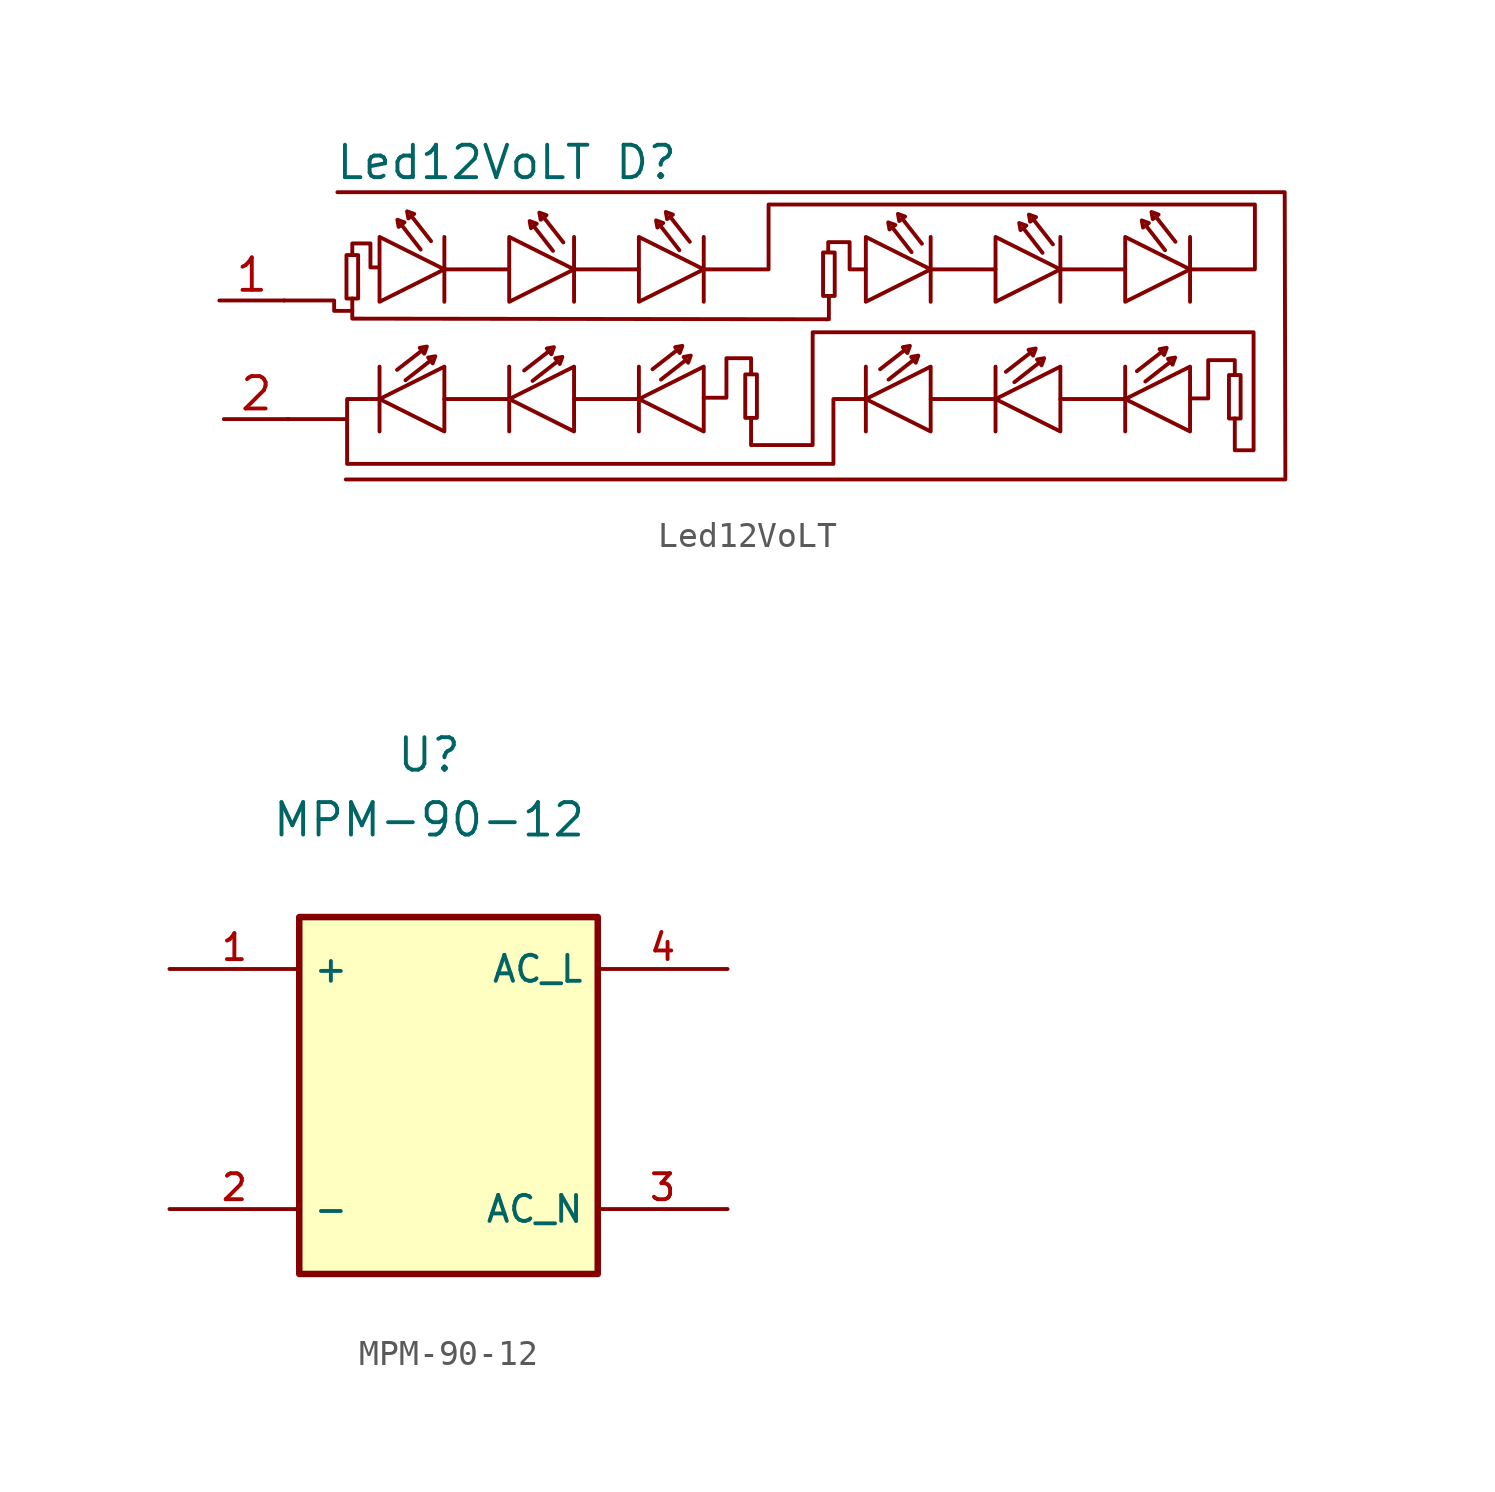
<source format=kicad_sym>
(kicad_symbol_lib
  (version 20211014)
  (generator kicad_symbol_editor)
  (symbol "Led12VoLT"
    (property "Reference" "D"
      (at 1.549 19.431 0)
      (effects (font (size 1.27 1.27))))
    (property "Value" "Led12VoLT"
      (at -5.588 19.431 0)
      (effects (font (size 1.27 1.27))))
    (symbol "Led12VoLT_0_1"
      (polyline (pts (xy -12.497 9.373) (xy -10.16 9.373)) (stroke (width 0) (type default) (color 0 0 0 0)) (fill (type none)))
      (polyline (pts (xy -8.89 8.89) (xy -8.89 11.43)) (stroke (width 0) (type default) (color 0 0 0 0)) (fill (type none)))
      (polyline (pts (xy -7.988 16.929) (xy -7.277 16.015)) (stroke (width 0) (type default) (color 0 0 0 0)) (fill (type none)))
      (polyline (pts (xy -7.607 17.285) (xy -6.871 16.345)) (stroke (width 0) (type default) (color 0 0 0 0)) (fill (type none)))
      (polyline (pts (xy -7.29 12.014) (xy -8.204 11.303)) (stroke (width 0) (type default) (color 0 0 0 0)) (fill (type none)))
      (polyline (pts (xy -6.934 11.633) (xy -7.874 10.897)) (stroke (width 0) (type default) (color 0 0 0 0)) (fill (type none)))
      (polyline (pts (xy -6.35 10.16) (xy -3.81 10.16)) (stroke (width 0) (type default) (color 0 0 0 0)) (fill (type none)))
      (polyline (pts (xy -6.35 15.24) (xy -3.81 15.24)) (stroke (width 0) (type default) (color 0 0 0 0)) (fill (type none)))
      (polyline (pts (xy -6.35 16.51) (xy -6.35 13.97)) (stroke (width 0) (type default) (color 0 0 0 0)) (fill (type none)))
      (polyline (pts (xy -3.81 8.89) (xy -3.81 11.43)) (stroke (width 0) (type default) (color 0 0 0 0)) (fill (type none)))
      (polyline (pts (xy -2.807 16.878) (xy -2.095 15.964)) (stroke (width 0) (type default) (color 0 0 0 0)) (fill (type none)))
      (polyline (pts (xy -2.426 17.234) (xy -1.689 16.294)) (stroke (width 0) (type default) (color 0 0 0 0)) (fill (type none)))
      (polyline (pts (xy -2.311 11.989) (xy -3.226 11.278)) (stroke (width 0) (type default) (color 0 0 0 0)) (fill (type none)))
      (polyline (pts (xy -1.956 11.608) (xy -2.896 10.871)) (stroke (width 0) (type default) (color 0 0 0 0)) (fill (type none)))
      (polyline (pts (xy -1.27 10.16) (xy 1.27 10.16)) (stroke (width 0) (type default) (color 0 0 0 0)) (fill (type none)))
      (polyline (pts (xy -1.27 15.24) (xy 1.27 15.24)) (stroke (width 0) (type default) (color 0 0 0 0)) (fill (type none)))
      (polyline (pts (xy -1.27 16.51) (xy -1.27 13.97)) (stroke (width 0) (type default) (color 0 0 0 0)) (fill (type none)))
      (polyline (pts (xy 1.27 8.89) (xy 1.27 11.43)) (stroke (width 0) (type default) (color 0 0 0 0)) (fill (type none)))
      (polyline (pts (xy 2.146 16.904) (xy 2.857 15.989)) (stroke (width 0) (type default) (color 0 0 0 0)) (fill (type none)))
      (polyline (pts (xy 2.527 17.259) (xy 3.264 16.32)) (stroke (width 0) (type default) (color 0 0 0 0)) (fill (type none)))
      (polyline (pts (xy 2.718 12.04) (xy 1.803 11.328)) (stroke (width 0) (type default) (color 0 0 0 0)) (fill (type none)))
      (polyline (pts (xy 3.073 11.659) (xy 2.134 10.922)) (stroke (width 0) (type default) (color 0 0 0 0)) (fill (type none)))
      (polyline (pts (xy 3.81 16.51) (xy 3.81 13.97)) (stroke (width 0) (type default) (color 0 0 0 0)) (fill (type none)))
      (polyline (pts (xy 10.16 8.89) (xy 10.16 11.43)) (stroke (width 0) (type default) (color 0 0 0 0)) (fill (type none)))
      (polyline (pts (xy 11.239 16.828) (xy 11.951 15.913)) (stroke (width 0) (type default) (color 0 0 0 0)) (fill (type none)))
      (polyline (pts (xy 11.62 17.183) (xy 12.357 16.243)) (stroke (width 0) (type default) (color 0 0 0 0)) (fill (type none)))
      (polyline (pts (xy 11.633 12.04) (xy 10.719 11.328)) (stroke (width 0) (type default) (color 0 0 0 0)) (fill (type none)))
      (polyline (pts (xy 11.989 11.659) (xy 11.049 10.922)) (stroke (width 0) (type default) (color 0 0 0 0)) (fill (type none)))
      (polyline (pts (xy 12.7 10.16) (xy 15.24 10.16)) (stroke (width 0) (type default) (color 0 0 0 0)) (fill (type none)))
      (polyline (pts (xy 12.7 16.51) (xy 12.7 13.97)) (stroke (width 0) (type default) (color 0 0 0 0)) (fill (type none)))
      (polyline (pts (xy 15.24 8.89) (xy 15.24 11.43)) (stroke (width 0) (type default) (color 0 0 0 0)) (fill (type none)))
      (polyline (pts (xy 15.24 15.24) (xy 12.7 15.24)) (stroke (width 0) (type default) (color 0 0 0 0)) (fill (type none)))
      (polyline (pts (xy 16.37 16.802) (xy 17.081 15.888)) (stroke (width 0) (type default) (color 0 0 0 0)) (fill (type none)))
      (polyline (pts (xy 16.561 11.938) (xy 15.646 11.227)) (stroke (width 0) (type default) (color 0 0 0 0)) (fill (type none)))
      (polyline (pts (xy 16.751 17.158) (xy 17.488 16.218)) (stroke (width 0) (type default) (color 0 0 0 0)) (fill (type none)))
      (polyline (pts (xy 16.916 11.557) (xy 15.977 10.82)) (stroke (width 0) (type default) (color 0 0 0 0)) (fill (type none)))
      (polyline (pts (xy 17.78 10.16) (xy 20.32 10.16)) (stroke (width 0) (type default) (color 0 0 0 0)) (fill (type none)))
      (polyline (pts (xy 17.78 15.24) (xy 20.32 15.24)) (stroke (width 0) (type default) (color 0 0 0 0)) (fill (type none)))
      (polyline (pts (xy 17.78 16.51) (xy 17.78 13.97)) (stroke (width 0) (type default) (color 0 0 0 0)) (fill (type none)))
      (polyline (pts (xy 20.32 8.89) (xy 20.32 11.43)) (stroke (width 0) (type default) (color 0 0 0 0)) (fill (type none)))
      (polyline (pts (xy 21.171 16.904) (xy 21.882 15.989)) (stroke (width 0) (type default) (color 0 0 0 0)) (fill (type none)))
      (polyline (pts (xy 21.552 17.259) (xy 22.288 16.32)) (stroke (width 0) (type default) (color 0 0 0 0)) (fill (type none)))
      (polyline (pts (xy 21.692 11.963) (xy 20.777 11.252)) (stroke (width 0) (type default) (color 0 0 0 0)) (fill (type none)))
      (polyline (pts (xy 22.047 11.582) (xy 21.107 10.846)) (stroke (width 0) (type default) (color 0 0 0 0)) (fill (type none)))
      (polyline (pts (xy 22.86 16.51) (xy 22.86 13.97)) (stroke (width 0) (type default) (color 0 0 0 0)) (fill (type none)))
      (polyline (pts (xy -12.624 14.021) (xy -10.668 14.021) (xy -10.668 13.614) (xy -9.957 13.614)) (stroke (width 0) (type default) (color 0 0 0 0)) (fill (type none)))
      (polyline (pts (xy -10.541 18.263) (xy 26.568 18.263) (xy 26.594 7.01) (xy -10.211 7.01)) (stroke (width 0) (type default) (color 0 0 0 0)) (fill (type none)))
      (polyline (pts (xy -9.957 14.097) (xy -9.957 13.31) (xy 8.712 13.284) (xy 8.712 14.148)) (stroke (width 0) (type default) (color 0 0 0 0)) (fill (type none)))
      (polyline (pts (xy -8.89 16.51) (xy -8.89 13.97) (xy -6.35 15.24) (xy -8.89 16.51)) (stroke (width 0) (type default) (color 0 0 0 0)) (fill (type none)))
      (polyline (pts (xy -8.141 16.904) (xy -7.912 17.081) (xy -8.191 17.183) (xy -8.141 16.904)) (stroke (width 0) (type default) (color 0 0 0 0)) (fill (type none)))
      (polyline (pts (xy -7.76 17.234) (xy -7.531 17.412) (xy -7.811 17.513) (xy -7.76 17.234)) (stroke (width 0) (type default) (color 0 0 0 0)) (fill (type none)))
      (polyline (pts (xy -7.315 12.167) (xy -7.137 11.938) (xy -7.036 12.217) (xy -7.315 12.167)) (stroke (width 0) (type default) (color 0 0 0 0)) (fill (type none)))
      (polyline (pts (xy -6.985 11.786) (xy -6.807 11.557) (xy -6.706 11.836) (xy -6.985 11.786)) (stroke (width 0) (type default) (color 0 0 0 0)) (fill (type none)))
      (polyline (pts (xy -6.35 8.89) (xy -6.35 11.43) (xy -8.89 10.16) (xy -6.35 8.89)) (stroke (width 0) (type default) (color 0 0 0 0)) (fill (type none)))
      (polyline (pts (xy -3.81 16.51) (xy -3.81 13.97) (xy -1.27 15.24) (xy -3.81 16.51)) (stroke (width 0) (type default) (color 0 0 0 0)) (fill (type none)))
      (polyline (pts (xy -2.959 16.853) (xy -2.731 17.031) (xy -3.01 17.132) (xy -2.959 16.853)) (stroke (width 0) (type default) (color 0 0 0 0)) (fill (type none)))
      (polyline (pts (xy -2.578 17.183) (xy -2.349 17.361) (xy -2.629 17.462) (xy -2.578 17.183)) (stroke (width 0) (type default) (color 0 0 0 0)) (fill (type none)))
      (polyline (pts (xy -2.337 12.141) (xy -2.159 11.913) (xy -2.057 12.192) (xy -2.337 12.141)) (stroke (width 0) (type default) (color 0 0 0 0)) (fill (type none)))
      (polyline (pts (xy -2.007 11.76) (xy -1.829 11.532) (xy -1.727 11.811) (xy -2.007 11.76)) (stroke (width 0) (type default) (color 0 0 0 0)) (fill (type none)))
      (polyline (pts (xy -1.27 8.89) (xy -1.27 11.43) (xy -3.81 10.16) (xy -1.27 8.89)) (stroke (width 0) (type default) (color 0 0 0 0)) (fill (type none)))
      (polyline (pts (xy 1.27 16.51) (xy 1.27 13.97) (xy 3.81 15.24) (xy 1.27 16.51)) (stroke (width 0) (type default) (color 0 0 0 0)) (fill (type none)))
      (polyline (pts (xy 1.994 16.878) (xy 2.223 17.056) (xy 1.943 17.158) (xy 1.994 16.878)) (stroke (width 0) (type default) (color 0 0 0 0)) (fill (type none)))
      (polyline (pts (xy 2.375 17.209) (xy 2.603 17.386) (xy 2.324 17.488) (xy 2.375 17.209)) (stroke (width 0) (type default) (color 0 0 0 0)) (fill (type none)))
      (polyline (pts (xy 2.692 12.192) (xy 2.87 11.963) (xy 2.972 12.243) (xy 2.692 12.192)) (stroke (width 0) (type default) (color 0 0 0 0)) (fill (type none)))
      (polyline (pts (xy 3.023 11.811) (xy 3.2 11.582) (xy 3.302 11.862) (xy 3.023 11.811)) (stroke (width 0) (type default) (color 0 0 0 0)) (fill (type none)))
      (polyline (pts (xy 3.81 8.89) (xy 3.81 11.43) (xy 1.27 10.16) (xy 3.81 8.89)) (stroke (width 0) (type default) (color 0 0 0 0)) (fill (type none)))
      (polyline (pts (xy 10.16 16.51) (xy 10.16 13.97) (xy 12.7 15.24) (xy 10.16 16.51)) (stroke (width 0) (type default) (color 0 0 0 0)) (fill (type none)))
      (polyline (pts (xy 11.087 16.802) (xy 11.316 16.98) (xy 11.036 17.081) (xy 11.087 16.802)) (stroke (width 0) (type default) (color 0 0 0 0)) (fill (type none)))
      (polyline (pts (xy 11.468 17.132) (xy 11.697 17.31) (xy 11.417 17.412) (xy 11.468 17.132)) (stroke (width 0) (type default) (color 0 0 0 0)) (fill (type none)))
      (polyline (pts (xy 11.608 12.192) (xy 11.786 11.963) (xy 11.887 12.243) (xy 11.608 12.192)) (stroke (width 0) (type default) (color 0 0 0 0)) (fill (type none)))
      (polyline (pts (xy 11.938 11.811) (xy 12.116 11.582) (xy 12.217 11.862) (xy 11.938 11.811)) (stroke (width 0) (type default) (color 0 0 0 0)) (fill (type none)))
      (polyline (pts (xy 12.7 8.89) (xy 12.7 11.43) (xy 10.16 10.16) (xy 12.7 8.89)) (stroke (width 0) (type default) (color 0 0 0 0)) (fill (type none)))
      (polyline (pts (xy 15.24 16.51) (xy 15.24 13.97) (xy 17.78 15.24) (xy 15.24 16.51)) (stroke (width 0) (type default) (color 0 0 0 0)) (fill (type none)))
      (polyline (pts (xy 16.218 16.777) (xy 16.447 16.954) (xy 16.167 17.056) (xy 16.218 16.777)) (stroke (width 0) (type default) (color 0 0 0 0)) (fill (type none)))
      (polyline (pts (xy 16.535 12.09) (xy 16.713 11.862) (xy 16.815 12.141) (xy 16.535 12.09)) (stroke (width 0) (type default) (color 0 0 0 0)) (fill (type none)))
      (polyline (pts (xy 16.599 17.107) (xy 16.828 17.285) (xy 16.548 17.386) (xy 16.599 17.107)) (stroke (width 0) (type default) (color 0 0 0 0)) (fill (type none)))
      (polyline (pts (xy 16.866 11.709) (xy 17.043 11.481) (xy 17.145 11.76) (xy 16.866 11.709)) (stroke (width 0) (type default) (color 0 0 0 0)) (fill (type none)))
      (polyline (pts (xy 17.78 8.89) (xy 17.78 11.43) (xy 15.24 10.16) (xy 17.78 8.89)) (stroke (width 0) (type default) (color 0 0 0 0)) (fill (type none)))
      (polyline (pts (xy 20.32 16.51) (xy 20.32 13.97) (xy 22.86 15.24) (xy 20.32 16.51)) (stroke (width 0) (type default) (color 0 0 0 0)) (fill (type none)))
      (polyline (pts (xy 21.018 16.878) (xy 21.247 17.056) (xy 20.968 17.158) (xy 21.018 16.878)) (stroke (width 0) (type default) (color 0 0 0 0)) (fill (type none)))
      (polyline (pts (xy 21.399 17.209) (xy 21.628 17.386) (xy 21.349 17.488) (xy 21.399 17.209)) (stroke (width 0) (type default) (color 0 0 0 0)) (fill (type none)))
      (polyline (pts (xy 21.666 12.116) (xy 21.844 11.887) (xy 21.946 12.167) (xy 21.666 12.116)) (stroke (width 0) (type default) (color 0 0 0 0)) (fill (type none)))
      (polyline (pts (xy 21.996 11.735) (xy 22.174 11.506) (xy 22.276 11.786) (xy 21.996 11.735)) (stroke (width 0) (type default) (color 0 0 0 0)) (fill (type none)))
      (polyline (pts (xy 22.86 8.89) (xy 22.86 11.43) (xy 20.32 10.16) (xy 22.86 8.89)) (stroke (width 0) (type default) (color 0 0 0 0)) (fill (type none)))
      (polyline (pts (xy -10.185 15.773) (xy -10.185 14.097) (xy -9.728 14.097) (xy -9.728 15.799) (xy -10.185 15.799)) (stroke (width 0) (type default) (color 0 0 0 0)) (fill (type none)))
      (polyline (pts (xy -9.957 15.824) (xy -9.957 16.256) (xy -9.246 16.256) (xy -9.246 15.316) (xy -8.915 15.316)) (stroke (width 0) (type default) (color 0 0 0 0)) (fill (type none)))
      (polyline (pts (xy 3.81 10.211) (xy 4.699 10.211) (xy 4.699 11.76) (xy 5.664 11.76) (xy 5.664 11.151)) (stroke (width 0) (type default) (color 0 0 0 0)) (fill (type none)))
      (polyline (pts (xy 5.436 11.1) (xy 5.436 9.423) (xy 5.893 9.423) (xy 5.893 11.125) (xy 5.436 11.125)) (stroke (width 0) (type default) (color 0 0 0 0)) (fill (type none)))
      (polyline (pts (xy 8.484 15.875) (xy 8.484 14.199) (xy 8.941 14.199) (xy 8.941 15.9) (xy 8.484 15.9)) (stroke (width 0) (type default) (color 0 0 0 0)) (fill (type none)))
      (polyline (pts (xy 10.16 15.24) (xy 9.525 15.24) (xy 9.525 16.307) (xy 8.687 16.307) (xy 8.687 15.926)) (stroke (width 0) (type default) (color 0 0 0 0)) (fill (type none)))
      (polyline (pts (xy 24.384 11.074) (xy 24.384 9.398) (xy 24.841 9.398) (xy 24.841 11.1) (xy 24.384 11.1)) (stroke (width 0) (type default) (color 0 0 0 0)) (fill (type none)))
      (polyline (pts (xy -8.89 10.16) (xy -10.16 10.16) (xy -10.16 7.62) (xy 8.89 7.62) (xy 8.89 10.16) (xy 10.16 10.16)) (stroke (width 0) (type default) (color 0 0 0 0)) (fill (type none)))
      (polyline (pts (xy 3.81 15.24) (xy 6.35 15.24) (xy 6.35 17.78) (xy 22.86 17.78) (xy 25.4 17.78) (xy 25.4 15.24) (xy 22.86 15.24)) (stroke (width 0) (type default) (color 0 0 0 0)) (fill (type none)))
      (polyline (pts (xy 22.86 10.185) (xy 23.571 10.185) (xy 23.571 11.684) (xy 24.562 11.684) (xy 24.587 11.684) (xy 24.613 11.684) (xy 24.613 11.125)) (stroke (width 0) (type default) (color 0 0 0 0)) (fill (type none)))
      (polyline (pts (xy 5.664 9.423) (xy 5.664 8.357) (xy 8.077 8.357) (xy 8.077 12.776) (xy 25.349 12.776) (xy 25.349 8.153) (xy 24.613 8.153) (xy 24.613 9.398)) (stroke (width 0) (type default) (color 0 0 0 0)) (fill (type none))))
    (symbol "Led12VoLT_1_1"
      (pin passive line (at -15.164 14.021 0) (length 2.54) (name "" (effects (font (size 1.27 1.27)))) (number "1" (effects (font (size 1.27 1.27)))))
      (pin passive line (at -14.986 9.373 0) (length 2.54) (name "" (effects (font (size 1.27 1.27)))) (number "2" (effects (font (size 1.27 1.27)))))))
  (symbol "MPM-90-12"
    (property "Reference" "U"
      (at 0 0 0)
      (effects (font (size 1.27 1.27))))
    (property "Value" "MPM-90-12"
      (at 0 -2.54 0)
      (effects (font (size 1.27 1.27))))
    (symbol "MPM-90-12_0_0"
      (rectangle (start -5.08 -6.35) (end 6.604 -20.32) (stroke (width 0.254) (type default) (color 0 0 0 0)) (fill (type background)))
      (pin power_out line (at -10.16 -8.382 0) (length 5.08) (name "+" (effects (font (size 1.016 1.016)))) (number "1" (effects (font (size 1.016 1.016)))))
      (pin power_out line (at -10.16 -17.78 0) (length 5.08) (name "-" (effects (font (size 1.016 1.016)))) (number "2" (effects (font (size 1.016 1.016)))))
      (pin power_out line (at 11.684 -17.78 180) (length 5.08) (name "AC_N" (effects (font (size 1.016 1.016)))) (number "3" (effects (font (size 1.016 1.016)))))
      (pin power_in line (at 11.684 -8.382 180) (length 5.08) (name "AC_L" (effects (font (size 1.016 1.016)))) (number "4" (effects (font (size 1.016 1.016))))))))
</source>
